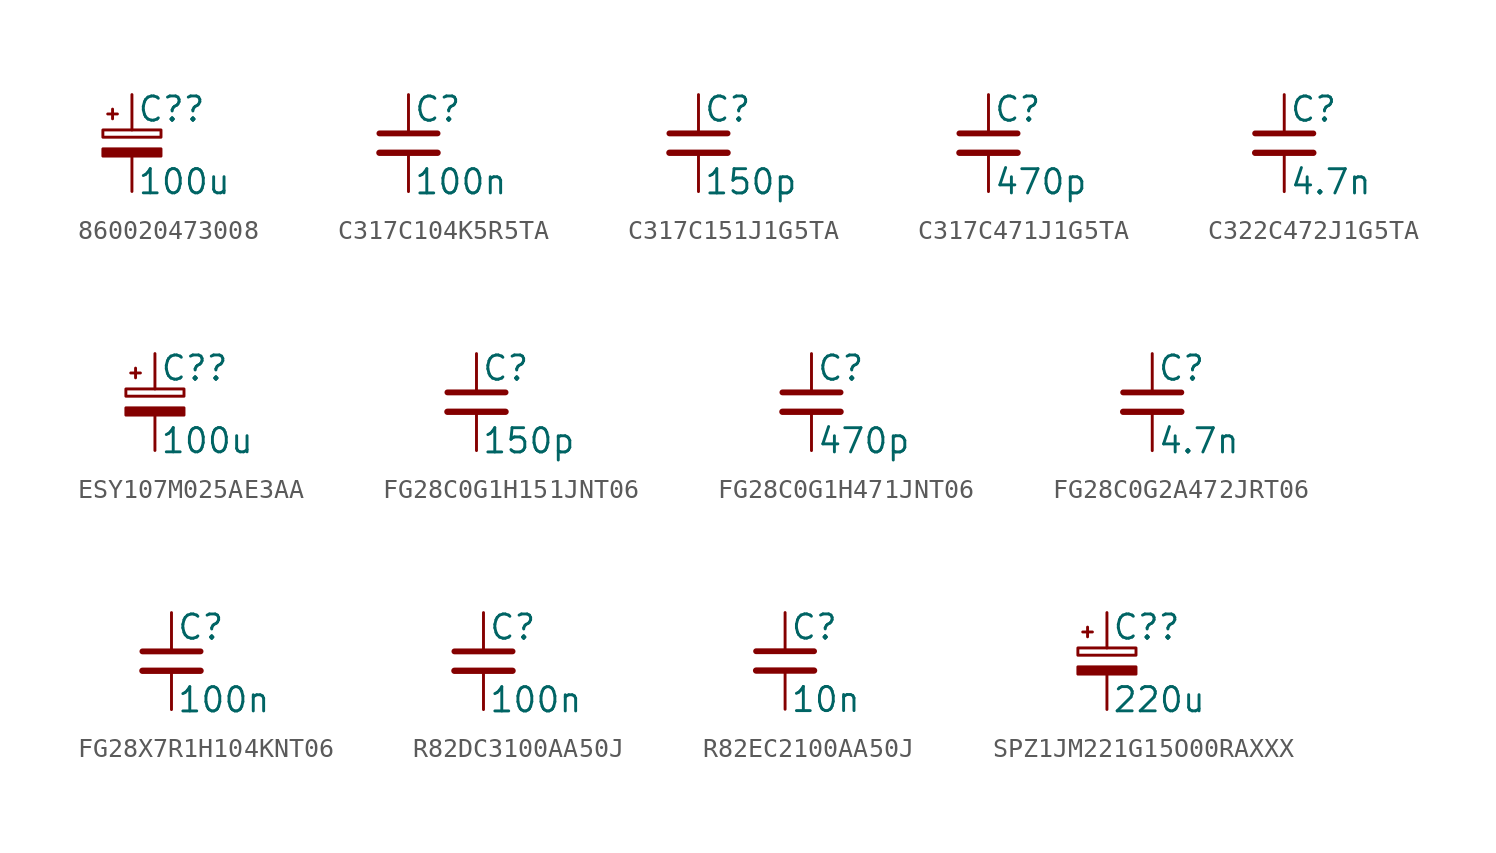
<source format=kicad_sym>
(kicad_symbol_lib
  (version 20220914)
  (generator kicad_symbol_editor)
  (symbol "860020473008"
    (pin_numbers hide)
    (pin_names
      (offset 0.254) hide)
    (property "Reference" "C?"
      (at 0.254 1.778 0)
      (effects (font (size 1.27 1.27)) (justify left)))
    (property "Value" "100u"
      (at 0.254 -2.032 0)
      (effects (font (size 1.27 1.27)) (justify left)))
    (symbol "860020473008_0_1"
      (rectangle (start -1.524 -0.305) (end 1.524 -0.686) (stroke (width 0) (type default)) (fill (type outline)))
      (rectangle (start -1.524 0.686) (end 1.524 0.305) (stroke (width 0) (type default)) (fill (type none)))
      (polyline (pts (xy -1.27 1.524) (xy -0.762 1.524)) (stroke (width 0) (type default)) (fill (type none)))
      (polyline (pts (xy -1.016 1.27) (xy -1.016 1.778)) (stroke (width 0) (type default)) (fill (type none))))
    (symbol "860020473008_1_1"
      (pin passive line (at 0 2.54 270) (length 1.854) (name "~" (effects (font (size 1.27 1.27)))) (number "1" (effects (font (size 1.27 1.27)))))
      (pin passive line (at 0 -2.54 90) (length 1.854) (name "~" (effects (font (size 1.27 1.27)))) (number "2" (effects (font (size 1.27 1.27)))))))
  (symbol "C317C104K5R5TA"
    (pin_numbers hide)
    (pin_names
      (offset 0.254) hide)
    (property "Reference" "C"
      (at 0.254 1.778 0)
      (effects (font (size 1.27 1.27)) (justify left)))
    (property "Value" "100n"
      (at 0.254 -2.032 0)
      (effects (font (size 1.27 1.27)) (justify left)))
    (symbol "C317C104K5R5TA_0_1"
      (polyline (pts (xy -1.524 -0.508) (xy 1.524 -0.508)) (stroke (width 0.33) (type default)) (fill (type none)))
      (polyline (pts (xy -1.524 0.508) (xy 1.524 0.508)) (stroke (width 0.305) (type default)) (fill (type none))))
    (symbol "C317C104K5R5TA_1_1"
      (pin passive line (at 0 2.54 270) (length 2.032) (name "~" (effects (font (size 1.27 1.27)))) (number "1" (effects (font (size 1.27 1.27)))))
      (pin passive line (at 0 -2.54 90) (length 2.032) (name "~" (effects (font (size 1.27 1.27)))) (number "2" (effects (font (size 1.27 1.27)))))))
  (symbol "C317C151J1G5TA"
    (pin_numbers hide)
    (pin_names
      (offset 0.254) hide)
    (property "Reference" "C"
      (at 0.254 1.778 0)
      (effects (font (size 1.27 1.27)) (justify left)))
    (property "Value" "150p"
      (at 0.254 -2.032 0)
      (effects (font (size 1.27 1.27)) (justify left)))
    (symbol "C317C151J1G5TA_0_1"
      (polyline (pts (xy -1.524 -0.508) (xy 1.524 -0.508)) (stroke (width 0.33) (type default)) (fill (type none)))
      (polyline (pts (xy -1.524 0.508) (xy 1.524 0.508)) (stroke (width 0.305) (type default)) (fill (type none))))
    (symbol "C317C151J1G5TA_1_1"
      (pin passive line (at 0 2.54 270) (length 2.032) (name "~" (effects (font (size 1.27 1.27)))) (number "1" (effects (font (size 1.27 1.27)))))
      (pin passive line (at 0 -2.54 90) (length 2.032) (name "~" (effects (font (size 1.27 1.27)))) (number "2" (effects (font (size 1.27 1.27)))))))
  (symbol "C317C471J1G5TA"
    (pin_numbers hide)
    (pin_names
      (offset 0.254) hide)
    (property "Reference" "C"
      (at 0.254 1.778 0)
      (effects (font (size 1.27 1.27)) (justify left)))
    (property "Value" "470p"
      (at 0.254 -2.032 0)
      (effects (font (size 1.27 1.27)) (justify left)))
    (symbol "C317C471J1G5TA_0_1"
      (polyline (pts (xy -1.524 -0.508) (xy 1.524 -0.508)) (stroke (width 0.33) (type default)) (fill (type none)))
      (polyline (pts (xy -1.524 0.508) (xy 1.524 0.508)) (stroke (width 0.305) (type default)) (fill (type none))))
    (symbol "C317C471J1G5TA_1_1"
      (pin passive line (at 0 2.54 270) (length 2.032) (name "~" (effects (font (size 1.27 1.27)))) (number "1" (effects (font (size 1.27 1.27)))))
      (pin passive line (at 0 -2.54 90) (length 2.032) (name "~" (effects (font (size 1.27 1.27)))) (number "2" (effects (font (size 1.27 1.27)))))))
  (symbol "C322C472J1G5TA"
    (pin_numbers hide)
    (pin_names
      (offset 0.254) hide)
    (property "Reference" "C"
      (at 0.254 1.778 0)
      (effects (font (size 1.27 1.27)) (justify left)))
    (property "Value" "4.7n"
      (at 0.254 -2.032 0)
      (effects (font (size 1.27 1.27)) (justify left)))
    (symbol "C322C472J1G5TA_0_1"
      (polyline (pts (xy -1.524 -0.508) (xy 1.524 -0.508)) (stroke (width 0.33) (type default)) (fill (type none)))
      (polyline (pts (xy -1.524 0.508) (xy 1.524 0.508)) (stroke (width 0.305) (type default)) (fill (type none))))
    (symbol "C322C472J1G5TA_1_1"
      (pin passive line (at 0 2.54 270) (length 2.032) (name "~" (effects (font (size 1.27 1.27)))) (number "1" (effects (font (size 1.27 1.27)))))
      (pin passive line (at 0 -2.54 90) (length 2.032) (name "~" (effects (font (size 1.27 1.27)))) (number "2" (effects (font (size 1.27 1.27)))))))
  (symbol "ESY107M025AE3AA"
    (pin_numbers hide)
    (pin_names
      (offset 0.254) hide)
    (property "Reference" "C?"
      (at 0.254 1.778 0)
      (effects (font (size 1.27 1.27)) (justify left)))
    (property "Value" "100u"
      (at 0.254 -2.032 0)
      (effects (font (size 1.27 1.27)) (justify left)))
    (symbol "ESY107M025AE3AA_0_1"
      (rectangle (start -1.524 -0.305) (end 1.524 -0.686) (stroke (width 0) (type default)) (fill (type outline)))
      (rectangle (start -1.524 0.686) (end 1.524 0.305) (stroke (width 0) (type default)) (fill (type none)))
      (polyline (pts (xy -1.27 1.524) (xy -0.762 1.524)) (stroke (width 0) (type default)) (fill (type none)))
      (polyline (pts (xy -1.016 1.27) (xy -1.016 1.778)) (stroke (width 0) (type default)) (fill (type none))))
    (symbol "ESY107M025AE3AA_1_1"
      (pin passive line (at 0 2.54 270) (length 1.854) (name "~" (effects (font (size 1.27 1.27)))) (number "1" (effects (font (size 1.27 1.27)))))
      (pin passive line (at 0 -2.54 90) (length 1.854) (name "~" (effects (font (size 1.27 1.27)))) (number "2" (effects (font (size 1.27 1.27)))))))
  (symbol "FG28C0G1H151JNT06"
    (pin_numbers hide)
    (pin_names
      (offset 0.254) hide)
    (property "Reference" "C"
      (at 0.254 1.778 0)
      (effects (font (size 1.27 1.27)) (justify left)))
    (property "Value" "150p"
      (at 0.254 -2.032 0)
      (effects (font (size 1.27 1.27)) (justify left)))
    (symbol "FG28C0G1H151JNT06_0_1"
      (polyline (pts (xy -1.524 -0.508) (xy 1.524 -0.508)) (stroke (width 0.33) (type default)) (fill (type none)))
      (polyline (pts (xy -1.524 0.508) (xy 1.524 0.508)) (stroke (width 0.305) (type default)) (fill (type none))))
    (symbol "FG28C0G1H151JNT06_1_1"
      (pin passive line (at 0 2.54 270) (length 2.032) (name "~" (effects (font (size 1.27 1.27)))) (number "1" (effects (font (size 1.27 1.27)))))
      (pin passive line (at 0 -2.54 90) (length 2.032) (name "~" (effects (font (size 1.27 1.27)))) (number "2" (effects (font (size 1.27 1.27)))))))
  (symbol "FG28C0G1H471JNT06"
    (pin_numbers hide)
    (pin_names
      (offset 0.254) hide)
    (property "Reference" "C"
      (at 0.254 1.778 0)
      (effects (font (size 1.27 1.27)) (justify left)))
    (property "Value" "470p"
      (at 0.254 -2.032 0)
      (effects (font (size 1.27 1.27)) (justify left)))
    (symbol "FG28C0G1H471JNT06_0_1"
      (polyline (pts (xy -1.524 -0.508) (xy 1.524 -0.508)) (stroke (width 0.33) (type default)) (fill (type none)))
      (polyline (pts (xy -1.524 0.508) (xy 1.524 0.508)) (stroke (width 0.305) (type default)) (fill (type none))))
    (symbol "FG28C0G1H471JNT06_1_1"
      (pin passive line (at 0 2.54 270) (length 2.032) (name "~" (effects (font (size 1.27 1.27)))) (number "1" (effects (font (size 1.27 1.27)))))
      (pin passive line (at 0 -2.54 90) (length 2.032) (name "~" (effects (font (size 1.27 1.27)))) (number "2" (effects (font (size 1.27 1.27)))))))
  (symbol "FG28C0G2A472JRT06"
    (pin_numbers hide)
    (pin_names
      (offset 0.254) hide)
    (property "Reference" "C"
      (at 0.254 1.778 0)
      (effects (font (size 1.27 1.27)) (justify left)))
    (property "Value" "4.7n"
      (at 0.254 -2.032 0)
      (effects (font (size 1.27 1.27)) (justify left)))
    (symbol "FG28C0G2A472JRT06_0_1"
      (polyline (pts (xy -1.524 -0.508) (xy 1.524 -0.508)) (stroke (width 0.33) (type default)) (fill (type none)))
      (polyline (pts (xy -1.524 0.508) (xy 1.524 0.508)) (stroke (width 0.305) (type default)) (fill (type none))))
    (symbol "FG28C0G2A472JRT06_1_1"
      (pin passive line (at 0 2.54 270) (length 2.032) (name "~" (effects (font (size 1.27 1.27)))) (number "1" (effects (font (size 1.27 1.27)))))
      (pin passive line (at 0 -2.54 90) (length 2.032) (name "~" (effects (font (size 1.27 1.27)))) (number "2" (effects (font (size 1.27 1.27)))))))
  (symbol "FG28X7R1H104KNT06"
    (pin_numbers hide)
    (pin_names
      (offset 0.254) hide)
    (property "Reference" "C"
      (at 0.254 1.778 0)
      (effects (font (size 1.27 1.27)) (justify left)))
    (property "Value" "100n"
      (at 0.254 -2.032 0)
      (effects (font (size 1.27 1.27)) (justify left)))
    (symbol "FG28X7R1H104KNT06_0_1"
      (polyline (pts (xy -1.524 -0.508) (xy 1.524 -0.508)) (stroke (width 0.33) (type default)) (fill (type none)))
      (polyline (pts (xy -1.524 0.508) (xy 1.524 0.508)) (stroke (width 0.305) (type default)) (fill (type none))))
    (symbol "FG28X7R1H104KNT06_1_1"
      (pin passive line (at 0 2.54 270) (length 2.032) (name "~" (effects (font (size 1.27 1.27)))) (number "1" (effects (font (size 1.27 1.27)))))
      (pin passive line (at 0 -2.54 90) (length 2.032) (name "~" (effects (font (size 1.27 1.27)))) (number "2" (effects (font (size 1.27 1.27)))))))
  (symbol "R82DC3100AA50J"
    (pin_numbers hide)
    (pin_names
      (offset 0.254) hide)
    (property "Reference" "C"
      (at 0.254 1.778 0)
      (effects (font (size 1.27 1.27)) (justify left)))
    (property "Value" "100n"
      (at 0.254 -2.032 0)
      (effects (font (size 1.27 1.27)) (justify left)))
    (symbol "R82DC3100AA50J_0_1"
      (polyline (pts (xy -1.524 -0.508) (xy 1.524 -0.508)) (stroke (width 0.33) (type default)) (fill (type none)))
      (polyline (pts (xy -1.524 0.508) (xy 1.524 0.508)) (stroke (width 0.305) (type default)) (fill (type none))))
    (symbol "R82DC3100AA50J_1_1"
      (pin passive line (at 0 2.54 270) (length 2.032) (name "~" (effects (font (size 1.27 1.27)))) (number "1" (effects (font (size 1.27 1.27)))))
      (pin passive line (at 0 -2.54 90) (length 2.032) (name "~" (effects (font (size 1.27 1.27)))) (number "2" (effects (font (size 1.27 1.27)))))))
  (symbol "R82EC2100AA50J"
    (pin_numbers hide)
    (pin_names
      (offset 0.254) hide)
    (property "Reference" "C"
      (at 0.254 1.778 0)
      (effects (font (size 1.27 1.27)) (justify left)))
    (property "Value" "10n"
      (at 0.254 -2.032 0)
      (effects (font (size 1.27 1.27)) (justify left)))
    (symbol "R82EC2100AA50J_0_1"
      (polyline (pts (xy -1.524 -0.508) (xy 1.524 -0.508)) (stroke (width 0.33) (type default)) (fill (type none)))
      (polyline (pts (xy -1.524 0.508) (xy 1.524 0.508)) (stroke (width 0.305) (type default)) (fill (type none))))
    (symbol "R82EC2100AA50J_1_1"
      (pin passive line (at 0 2.54 270) (length 2.032) (name "~" (effects (font (size 1.27 1.27)))) (number "1" (effects (font (size 1.27 1.27)))))
      (pin passive line (at 0 -2.54 90) (length 2.032) (name "~" (effects (font (size 1.27 1.27)))) (number "2" (effects (font (size 1.27 1.27)))))))
  (symbol "SPZ1JM221G15O00RAXXX"
    (pin_numbers hide)
    (pin_names
      (offset 0.254) hide)
    (property "Reference" "C?"
      (at 0.254 1.778 0)
      (effects (font (size 1.27 1.27)) (justify left)))
    (property "Value" "220u"
      (at 0.254 -2.032 0)
      (effects (font (size 1.27 1.27)) (justify left)))
    (symbol "SPZ1JM221G15O00RAXXX_0_1"
      (rectangle (start -1.524 -0.305) (end 1.524 -0.686) (stroke (width 0) (type default)) (fill (type outline)))
      (rectangle (start -1.524 0.686) (end 1.524 0.305) (stroke (width 0) (type default)) (fill (type none)))
      (polyline (pts (xy -1.27 1.524) (xy -0.762 1.524)) (stroke (width 0) (type default)) (fill (type none)))
      (polyline (pts (xy -1.016 1.27) (xy -1.016 1.778)) (stroke (width 0) (type default)) (fill (type none))))
    (symbol "SPZ1JM221G15O00RAXXX_1_1"
      (pin passive line (at 0 2.54 270) (length 1.854) (name "~" (effects (font (size 1.27 1.27)))) (number "1" (effects (font (size 1.27 1.27)))))
      (pin passive line (at 0 -2.54 90) (length 1.854) (name "~" (effects (font (size 1.27 1.27)))) (number "2" (effects (font (size 1.27 1.27))))))))
</source>
